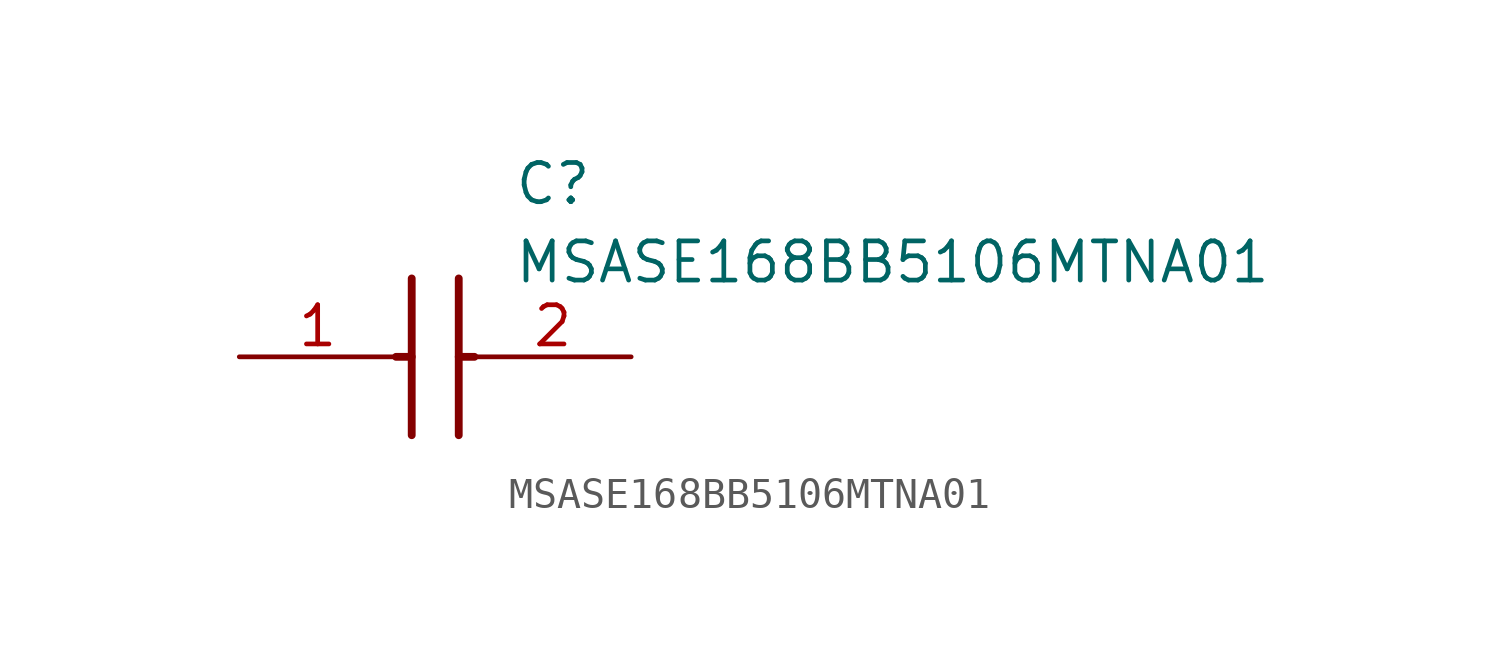
<source format=kicad_sym>
(kicad_symbol_lib
  (version 20211014)
  (generator SamacSys_ECAD_Model)
  (symbol "MSASE168BB5106MTNA01"
    (pin_names hide)
    (property "Reference" "C"
      (at 8.89 6.35 0)
      (effects (font (size 1.27 1.27)) (justify left top)))
    (property "Value" "MSASE168BB5106MTNA01"
      (at 8.89 3.81 0)
      (effects (font (size 1.27 1.27)) (justify left top)))
    (polyline
      (pts (xy 5.588 2.54) (xy 5.588 -2.54))
      (stroke (width 0.254) (type default))
      (fill (type none)))
    (polyline
      (pts (xy 7.112 2.54) (xy 7.112 -2.54))
      (stroke (width 0.254) (type default))
      (fill (type none)))
    (polyline
      (pts (xy 5.08 0) (xy 5.588 0))
      (stroke (width 0.254) (type default))
      (fill (type none)))
    (polyline
      (pts (xy 7.112 0) (xy 7.62 0))
      (stroke (width 0.254) (type default))
      (fill (type none)))
    (pin passive line
      (at 0 0 0)
      (length 5.08)
      (name "1" (effects (font (size 1.27 1.27))))
      (number "1" (effects (font (size 1.27 1.27)))))
    (pin passive line
      (at 12.7 0 180)
      (length 5.08)
      (name "2" (effects (font (size 1.27 1.27))))
      (number "2" (effects (font (size 1.27 1.27)))))))
</source>
